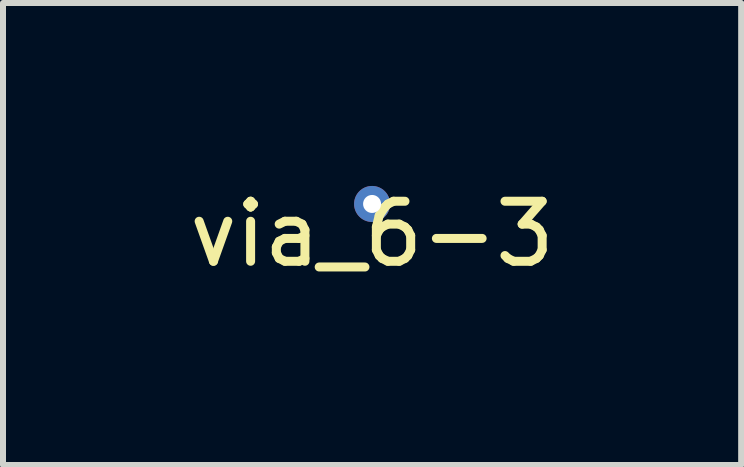
<source format=kicad_pcb>
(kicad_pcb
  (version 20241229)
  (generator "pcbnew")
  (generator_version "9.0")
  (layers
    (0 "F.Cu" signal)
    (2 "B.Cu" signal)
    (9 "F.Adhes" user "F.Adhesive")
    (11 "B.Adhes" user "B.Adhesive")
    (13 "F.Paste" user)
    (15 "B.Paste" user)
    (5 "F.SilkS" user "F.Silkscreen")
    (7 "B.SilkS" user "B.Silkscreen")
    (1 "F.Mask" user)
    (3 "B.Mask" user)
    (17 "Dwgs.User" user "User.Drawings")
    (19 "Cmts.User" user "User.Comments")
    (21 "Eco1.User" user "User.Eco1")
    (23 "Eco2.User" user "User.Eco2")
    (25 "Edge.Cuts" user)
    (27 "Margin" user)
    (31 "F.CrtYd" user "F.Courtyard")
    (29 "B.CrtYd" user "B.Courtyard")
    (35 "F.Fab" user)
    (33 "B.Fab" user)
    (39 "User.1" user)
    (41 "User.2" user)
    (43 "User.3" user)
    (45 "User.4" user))
  (footprint "via_6-3"
    (layer "F.Cu")
    (at 3.149 0.348)
    (property "Reference" "via_6-3" (at 0 0.5 0) (layer "F.SilkS") (effects (font (size 1 1) (thickness 0.15))))
    (attr through_hole)
    (pad "1" thru_hole circle (at 0 0) (size 0.6 0.6) (drill 0.3) (layers "*.Cu")))
  (gr_rect
    (start -3 -3)
    (end 9.298 4.697)
    (stroke (width 0.1) (type default))
    (fill no)
    (layer "Edge.Cuts")))
</source>
